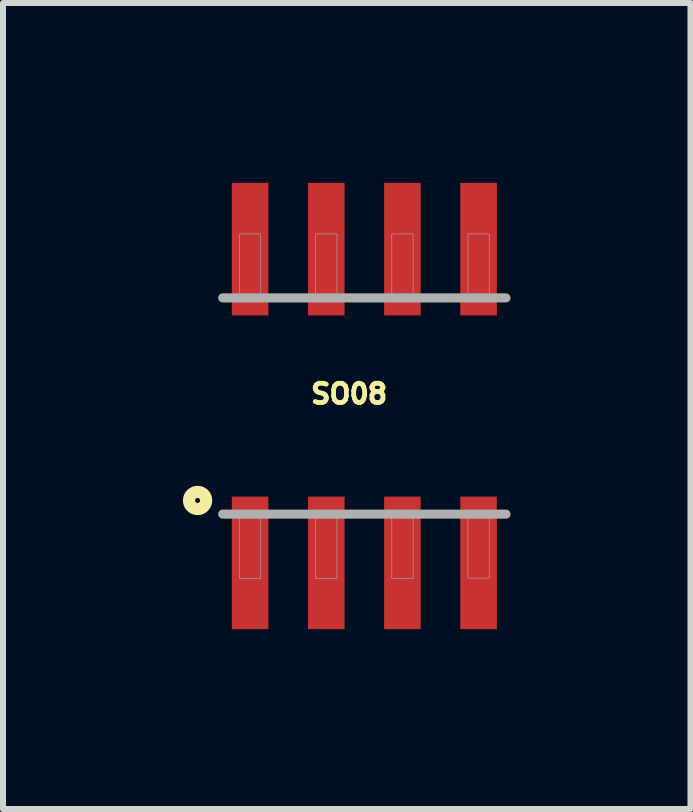
<source format=kicad_pcb>
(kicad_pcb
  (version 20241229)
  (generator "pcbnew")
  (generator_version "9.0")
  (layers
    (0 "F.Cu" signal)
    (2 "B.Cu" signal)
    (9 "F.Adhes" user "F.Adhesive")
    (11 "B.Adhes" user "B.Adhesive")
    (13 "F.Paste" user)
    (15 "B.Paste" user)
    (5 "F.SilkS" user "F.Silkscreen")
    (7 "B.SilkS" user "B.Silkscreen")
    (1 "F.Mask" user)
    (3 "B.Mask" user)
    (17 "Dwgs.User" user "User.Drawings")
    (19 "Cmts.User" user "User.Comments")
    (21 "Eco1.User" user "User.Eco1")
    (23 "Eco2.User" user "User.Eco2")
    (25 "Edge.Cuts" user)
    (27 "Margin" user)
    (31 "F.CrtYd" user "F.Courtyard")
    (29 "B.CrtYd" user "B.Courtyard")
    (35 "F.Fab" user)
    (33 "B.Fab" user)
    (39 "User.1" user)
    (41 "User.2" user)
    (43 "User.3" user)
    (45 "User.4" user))
  (footprint "SO08"
    (layer "F.Cu")
    (at 3.026 3.721)
    (property "Reference" "SO08" (at -0.254 -0.203 0) (layer "F.SilkS") (effects (font (size 0.32 0.32) (thickness 0.15))))
    (attr smd)
    (fp_circle (center -2.781 1.575) (end -2.638 1.575) (stroke (width 0.203) (type solid)) (fill no) (layer "F.SilkS"))
    (fp_line (start -2.362 1.803) (end 2.362 1.803) (stroke (width 0.152) (type solid)) (layer "F.Fab"))
    (fp_line (start 2.362 -1.803) (end -2.362 -1.803) (stroke (width 0.152) (type solid)) (layer "F.Fab"))
    (fp_poly (pts (xy -2.086 1.854) (xy -1.727 1.854) (xy -1.727 2.874) (xy -2.086 2.874)) (stroke (width 0.01) (type solid)) (fill no) (layer "F.Fab"))
    (fp_poly (pts (xy -2.084 -2.87) (xy -1.727 -2.87) (xy -1.727 -1.855) (xy -2.084 -1.855)) (stroke (width 0.01) (type solid)) (fill no) (layer "F.Fab"))
    (fp_poly (pts (xy -0.814 1.854) (xy -0.457 1.854) (xy -0.457 2.874) (xy -0.814 2.874)) (stroke (width 0.01) (type solid)) (fill no) (layer "F.Fab"))
    (fp_poly (pts (xy -0.813 -2.87) (xy -0.457 -2.87) (xy -0.457 -1.855) (xy -0.813 -1.855)) (stroke (width 0.01) (type solid)) (fill no) (layer "F.Fab"))
    (fp_poly (pts (xy 0.458 -2.87) (xy 0.813 -2.87) (xy 0.813 -1.857) (xy 0.458 -1.857)) (stroke (width 0.01) (type solid)) (fill no) (layer "F.Fab"))
    (fp_poly (pts (xy 0.458 1.854) (xy 0.813 1.854) (xy 0.813 2.875) (xy 0.458 2.875)) (stroke (width 0.01) (type solid)) (fill no) (layer "F.Fab"))
    (fp_poly (pts (xy 1.727 1.854) (xy 2.083 1.854) (xy 2.083 2.87) (xy 1.727 2.87)) (stroke (width 0.01) (type solid)) (fill no) (layer "F.Fab"))
    (fp_poly (pts (xy 1.728 -2.87) (xy 2.083 -2.87) (xy 2.083 -1.855) (xy 1.728 -1.855)) (stroke (width 0.01) (type solid)) (fill no) (layer "F.Fab"))
    (pad "1" smd rect (at -1.905 2.616) (size 0.61 2.21) (layers "F.Cu" "F.Mask" "F.Paste"))
    (pad "2" smd rect (at -0.635 2.616) (size 0.61 2.21) (layers "F.Cu" "F.Mask" "F.Paste"))
    (pad "3" smd rect (at 0.635 2.616) (size 0.61 2.21) (layers "F.Cu" "F.Mask" "F.Paste"))
    (pad "4" smd rect (at 1.905 2.616) (size 0.61 2.21) (layers "F.Cu" "F.Mask" "F.Paste"))
    (pad "5" smd rect (at 1.905 -2.616) (size 0.61 2.21) (layers "F.Cu" "F.Mask" "F.Paste"))
    (pad "6" smd rect (at 0.635 -2.616) (size 0.61 2.21) (layers "F.Cu" "F.Mask" "F.Paste"))
    (pad "7" smd rect (at -0.635 -2.616) (size 0.61 2.21) (layers "F.Cu" "F.Mask" "F.Paste"))
    (pad "8" smd rect (at -1.905 -2.616) (size 0.61 2.21) (layers "F.Cu" "F.Mask" "F.Paste")))
  (gr_rect
    (start -3 -3)
    (end 8.465 10.442)
    (stroke (width 0.1) (type default))
    (fill no)
    (layer "Edge.Cuts")))
</source>
